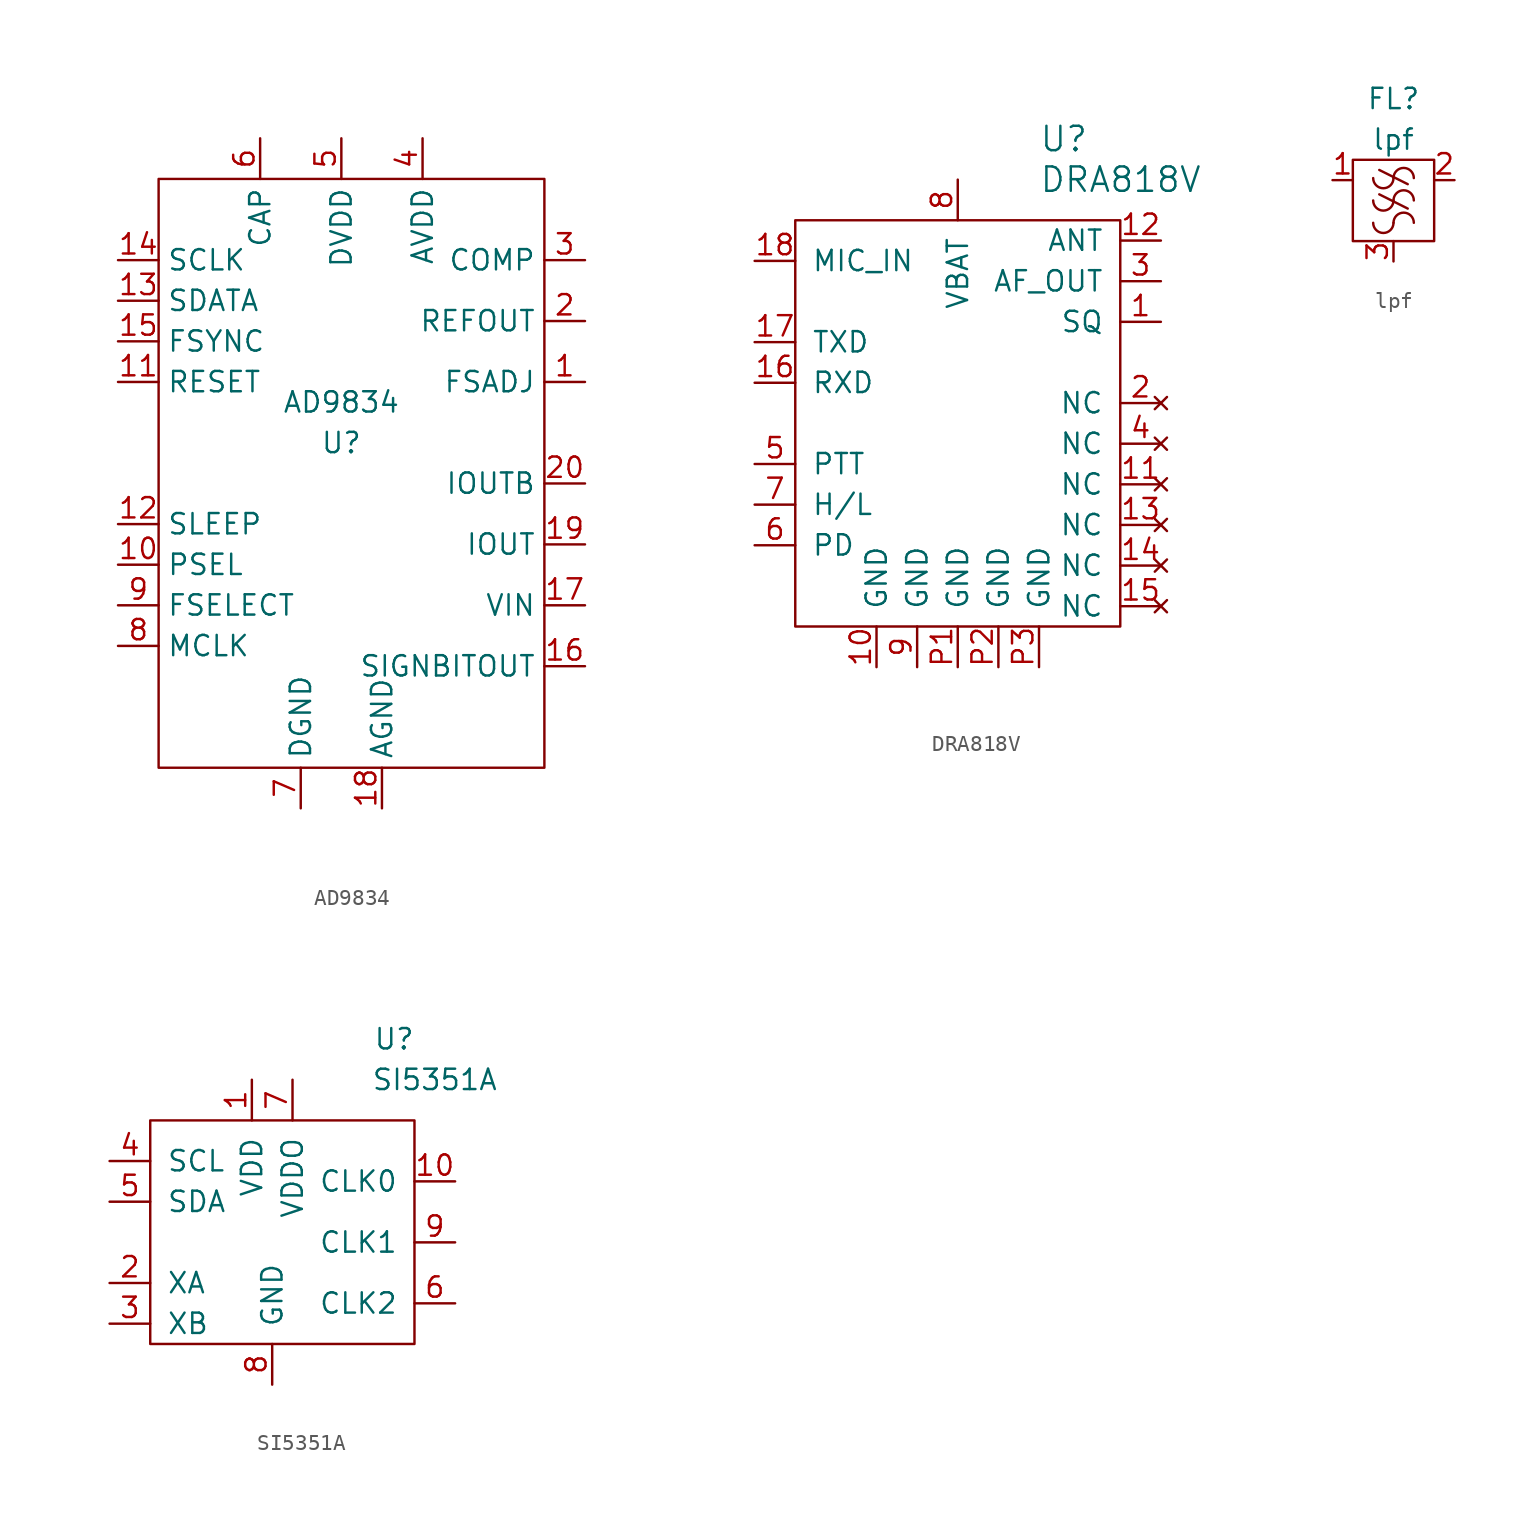
<source format=kicad_sym>
(kicad_symbol_lib
  (version 20211014)
  (generator kicad_symbol_editor)
  (symbol "AD9834"
    (property "Reference" "U"
      (at 0 1.27 0)
      (effects (font (size 1.27 1.27))))
    (property "Value" "AD9834"
      (at 0 3.81 0)
      (effects (font (size 1.27 1.27))))
    (symbol "AD9834_0_1"
      (rectangle (start -11.43 17.78) (end 12.7 -19.05) (stroke (width 0.152) (type default) (color 0 0 0 0)) (fill (type none))))
    (symbol "AD9834_1_1"
      (pin output line (at 15.24 5.08 180) (length 2.54) (name "FSADJ" (effects (font (size 1.27 1.27)))) (number "1" (effects (font (size 1.27 1.27)))))
      (pin input line (at -13.97 -6.35 0) (length 2.54) (name "PSEL" (effects (font (size 1.27 1.27)))) (number "10" (effects (font (size 1.27 1.27)))))
      (pin input line (at -13.97 5.08 0) (length 2.54) (name "RESET" (effects (font (size 1.27 1.27)))) (number "11" (effects (font (size 1.27 1.27)))))
      (pin input line (at -13.97 -3.81 0) (length 2.54) (name "SLEEP" (effects (font (size 1.27 1.27)))) (number "12" (effects (font (size 1.27 1.27)))))
      (pin input line (at -13.97 10.16 0) (length 2.54) (name "SDATA" (effects (font (size 1.27 1.27)))) (number "13" (effects (font (size 1.27 1.27)))))
      (pin input line (at -13.97 12.7 0) (length 2.54) (name "SCLK" (effects (font (size 1.27 1.27)))) (number "14" (effects (font (size 1.27 1.27)))))
      (pin input line (at -13.97 7.62 0) (length 2.54) (name "FSYNC" (effects (font (size 1.27 1.27)))) (number "15" (effects (font (size 1.27 1.27)))))
      (pin output line (at 15.24 -12.7 180) (length 2.54) (name "SIGNBITOUT" (effects (font (size 1.27 1.27)))) (number "16" (effects (font (size 1.27 1.27)))))
      (pin input line (at 15.24 -8.89 180) (length 2.54) (name "VIN" (effects (font (size 1.27 1.27)))) (number "17" (effects (font (size 1.27 1.27)))))
      (pin power_in line (at 2.54 -21.59 90) (length 2.54) (name "AGND" (effects (font (size 1.27 1.27)))) (number "18" (effects (font (size 1.27 1.27)))))
      (pin output line (at 15.24 -5.08 180) (length 2.54) (name "IOUT" (effects (font (size 1.27 1.27)))) (number "19" (effects (font (size 1.27 1.27)))))
      (pin output line (at 15.24 8.89 180) (length 2.54) (name "REFOUT" (effects (font (size 1.27 1.27)))) (number "2" (effects (font (size 1.27 1.27)))))
      (pin output line (at 15.24 -1.27 180) (length 2.54) (name "IOUTB" (effects (font (size 1.27 1.27)))) (number "20" (effects (font (size 1.27 1.27)))))
      (pin input line (at 15.24 12.7 180) (length 2.54) (name "COMP" (effects (font (size 1.27 1.27)))) (number "3" (effects (font (size 1.27 1.27)))))
      (pin power_in line (at 5.08 20.32 270) (length 2.54) (name "AVDD" (effects (font (size 1.27 1.27)))) (number "4" (effects (font (size 1.27 1.27)))))
      (pin power_in line (at 0 20.32 270) (length 2.54) (name "DVDD" (effects (font (size 1.27 1.27)))) (number "5" (effects (font (size 1.27 1.27)))))
      (pin output line (at -5.08 20.32 270) (length 2.54) (name "CAP" (effects (font (size 1.27 1.27)))) (number "6" (effects (font (size 1.27 1.27)))))
      (pin power_in line (at -2.54 -21.59 90) (length 2.54) (name "DGND" (effects (font (size 1.27 1.27)))) (number "7" (effects (font (size 1.27 1.27)))))
      (pin input line (at -13.97 -11.43 0) (length 2.54) (name "MCLK" (effects (font (size 1.27 1.27)))) (number "8" (effects (font (size 1.27 1.27)))))
      (pin input line (at -13.97 -8.89 0) (length 2.54) (name "FSELECT" (effects (font (size 1.27 1.27)))) (number "9" (effects (font (size 1.27 1.27)))))))
  (symbol "DRA818V"
    (pin_names
      (offset 1.016))
    (property "Reference" "U"
      (at 5.08 17.78 0)
      (effects (font (size 1.524 1.524)) (justify left)))
    (property "Value" "DRA818V"
      (at 5.08 15.24 0)
      (effects (font (size 1.524 1.524)) (justify left)))
    (symbol "DRA818V_0_1"
      (rectangle (start -10.16 12.7) (end 10.16 -12.7) (stroke (width 0) (type default) (color 0 0 0 0)) (fill (type none))))
    (symbol "DRA818V_1_1"
      (pin output line (at 12.7 6.35 180) (length 2.54) (name "SQ" (effects (font (size 1.27 1.27)))) (number "1" (effects (font (size 1.27 1.27)))))
      (pin power_in line (at -5.08 -15.24 90) (length 2.54) (name "GND" (effects (font (size 1.27 1.27)))) (number "10" (effects (font (size 1.27 1.27)))))
      (pin no_connect line (at 12.7 -3.81 180) (length 2.54) (name "NC" (effects (font (size 1.27 1.27)))) (number "11" (effects (font (size 1.27 1.27)))))
      (pin output line (at 12.7 11.43 180) (length 2.54) (name "ANT" (effects (font (size 1.27 1.27)))) (number "12" (effects (font (size 1.27 1.27)))))
      (pin no_connect line (at 12.7 -6.35 180) (length 2.54) (name "NC" (effects (font (size 1.27 1.27)))) (number "13" (effects (font (size 1.27 1.27)))))
      (pin no_connect line (at 12.7 -8.89 180) (length 2.54) (name "NC" (effects (font (size 1.27 1.27)))) (number "14" (effects (font (size 1.27 1.27)))))
      (pin no_connect line (at 12.7 -11.43 180) (length 2.54) (name "NC" (effects (font (size 1.27 1.27)))) (number "15" (effects (font (size 1.27 1.27)))))
      (pin input line (at -12.7 2.54 0) (length 2.54) (name "RXD" (effects (font (size 1.27 1.27)))) (number "16" (effects (font (size 1.27 1.27)))))
      (pin output line (at -12.7 5.08 0) (length 2.54) (name "TXD" (effects (font (size 1.27 1.27)))) (number "17" (effects (font (size 1.27 1.27)))))
      (pin input line (at -12.7 10.16 0) (length 2.54) (name "MIC_IN" (effects (font (size 1.27 1.27)))) (number "18" (effects (font (size 1.27 1.27)))))
      (pin no_connect line (at 12.7 1.27 180) (length 2.54) (name "NC" (effects (font (size 1.27 1.27)))) (number "2" (effects (font (size 1.27 1.27)))))
      (pin output line (at 12.7 8.89 180) (length 2.54) (name "AF_OUT" (effects (font (size 1.27 1.27)))) (number "3" (effects (font (size 1.27 1.27)))))
      (pin no_connect line (at 12.7 -1.27 180) (length 2.54) (name "NC" (effects (font (size 1.27 1.27)))) (number "4" (effects (font (size 1.27 1.27)))))
      (pin input line (at -12.7 -2.54 0) (length 2.54) (name "PTT" (effects (font (size 1.27 1.27)))) (number "5" (effects (font (size 1.27 1.27)))))
      (pin input line (at -12.7 -7.62 0) (length 2.54) (name "PD" (effects (font (size 1.27 1.27)))) (number "6" (effects (font (size 1.27 1.27)))))
      (pin input line (at -12.7 -5.08 0) (length 2.54) (name "H/L" (effects (font (size 1.27 1.27)))) (number "7" (effects (font (size 1.27 1.27)))))
      (pin power_in line (at 0 15.24 270) (length 2.54) (name "VBAT" (effects (font (size 1.27 1.27)))) (number "8" (effects (font (size 1.27 1.27)))))
      (pin power_in line (at -2.54 -15.24 90) (length 2.54) (name "GND" (effects (font (size 1.27 1.27)))) (number "9" (effects (font (size 1.27 1.27)))))
      (pin power_in line (at 0 -15.24 90) (length 2.54) (name "GND" (effects (font (size 1.27 1.27)))) (number "P1" (effects (font (size 1.27 1.27)))))
      (pin power_in line (at 2.54 -15.24 90) (length 2.54) (name "GND" (effects (font (size 1.27 1.27)))) (number "P2" (effects (font (size 1.27 1.27)))))
      (pin power_in line (at 5.08 -15.24 90) (length 2.54) (name "GND" (effects (font (size 1.27 1.27)))) (number "P3" (effects (font (size 1.27 1.27)))))))
  (symbol "lpf"
    (pin_names
      (offset 1.016))
    (property "Reference" "FL"
      (at 0 6.35 0)
      (effects (font (size 1.27 1.27))))
    (property "Value" "lpf"
      (at 0 3.81 0)
      (effects (font (size 1.27 1.27))))
    (symbol "lpf_0_1"
      (rectangle (start -2.54 2.54) (end 2.54 -2.54) (stroke (width 0) (type default) (color 0 0 0 0)) (fill (type none)))
      (arc (start -1.27 -1.397) (mid -0.635 -2.032) (end 0 -1.397) (stroke (width 0) (type default) (color 0 0 0 0)) (fill (type none)))
      (arc (start -1.27 0) (mid -0.635 -0.635) (end 0 0) (stroke (width 0) (type default) (color 0 0 0 0)) (fill (type none)))
      (arc (start -1.27 1.397) (mid -0.635 0.762) (end 0 1.397) (stroke (width 0) (type default) (color 0 0 0 0)) (fill (type none)))
      (polyline (pts (xy -0.889 0.381) (xy 0.889 -0.508)) (stroke (width 0) (type default) (color 0 0 0 0)) (fill (type none)))
      (polyline (pts (xy -0.889 1.905) (xy 0.889 1.016)) (stroke (width 0) (type default) (color 0 0 0 0)) (fill (type none)))
      (arc (start 1.27 -1.397) (mid 0.635 -0.762) (end 0 -1.397) (stroke (width 0) (type default) (color 0 0 0 0)) (fill (type none)))
      (arc (start 1.27 0) (mid 0.635 0.635) (end 0 0) (stroke (width 0) (type default) (color 0 0 0 0)) (fill (type none)))
      (arc (start 1.27 1.397) (mid 0.635 2.032) (end 0 1.397) (stroke (width 0) (type default) (color 0 0 0 0)) (fill (type none))))
    (symbol "lpf_1_1"
      (pin input line (at -3.81 1.27 0) (length 1.27) (name "~" (effects (font (size 1.27 1.27)))) (number "1" (effects (font (size 1.27 1.27)))))
      (pin input line (at 3.81 1.27 180) (length 1.27) (name "~" (effects (font (size 1.27 1.27)))) (number "2" (effects (font (size 1.27 1.27)))))
      (pin input line (at 0 -3.81 90) (length 1.27) (name "~" (effects (font (size 1.27 1.27)))) (number "3" (effects (font (size 1.27 1.27)))))))
  (symbol "SI5351A"
    (pin_names
      (offset 1.016))
    (property "Reference" "U"
      (at 7.62 12.7 0)
      (effects (font (size 1.27 1.27))))
    (property "Value" "SI5351A"
      (at 10.16 10.16 0)
      (effects (font (size 1.27 1.27))))
    (symbol "SI5351A_0_1"
      (rectangle (start -7.62 7.62) (end 8.89 -6.35) (stroke (width 0) (type default) (color 0 0 0 0)) (fill (type none))))
    (symbol "SI5351A_1_1"
      (pin power_in line (at -1.27 10.16 270) (length 2.54) (name "VDD" (effects (font (size 1.27 1.27)))) (number "1" (effects (font (size 1.27 1.27)))))
      (pin output line (at 11.43 3.81 180) (length 2.54) (name "CLK0" (effects (font (size 1.27 1.27)))) (number "10" (effects (font (size 1.27 1.27)))))
      (pin input line (at -10.16 -2.54 0) (length 2.54) (name "XA" (effects (font (size 1.27 1.27)))) (number "2" (effects (font (size 1.27 1.27)))))
      (pin output line (at -10.16 -5.08 0) (length 2.54) (name "XB" (effects (font (size 1.27 1.27)))) (number "3" (effects (font (size 1.27 1.27)))))
      (pin input line (at -10.16 5.08 0) (length 2.54) (name "SCL" (effects (font (size 1.27 1.27)))) (number "4" (effects (font (size 1.27 1.27)))))
      (pin bidirectional line (at -10.16 2.54 0) (length 2.54) (name "SDA" (effects (font (size 1.27 1.27)))) (number "5" (effects (font (size 1.27 1.27)))))
      (pin output line (at 11.43 -3.81 180) (length 2.54) (name "CLK2" (effects (font (size 1.27 1.27)))) (number "6" (effects (font (size 1.27 1.27)))))
      (pin power_in line (at 1.27 10.16 270) (length 2.54) (name "VDDO" (effects (font (size 1.27 1.27)))) (number "7" (effects (font (size 1.27 1.27)))))
      (pin power_in line (at 0 -8.89 90) (length 2.54) (name "GND" (effects (font (size 1.27 1.27)))) (number "8" (effects (font (size 1.27 1.27)))))
      (pin output line (at 11.43 0 180) (length 2.54) (name "CLK1" (effects (font (size 1.27 1.27)))) (number "9" (effects (font (size 1.27 1.27))))))))
</source>
